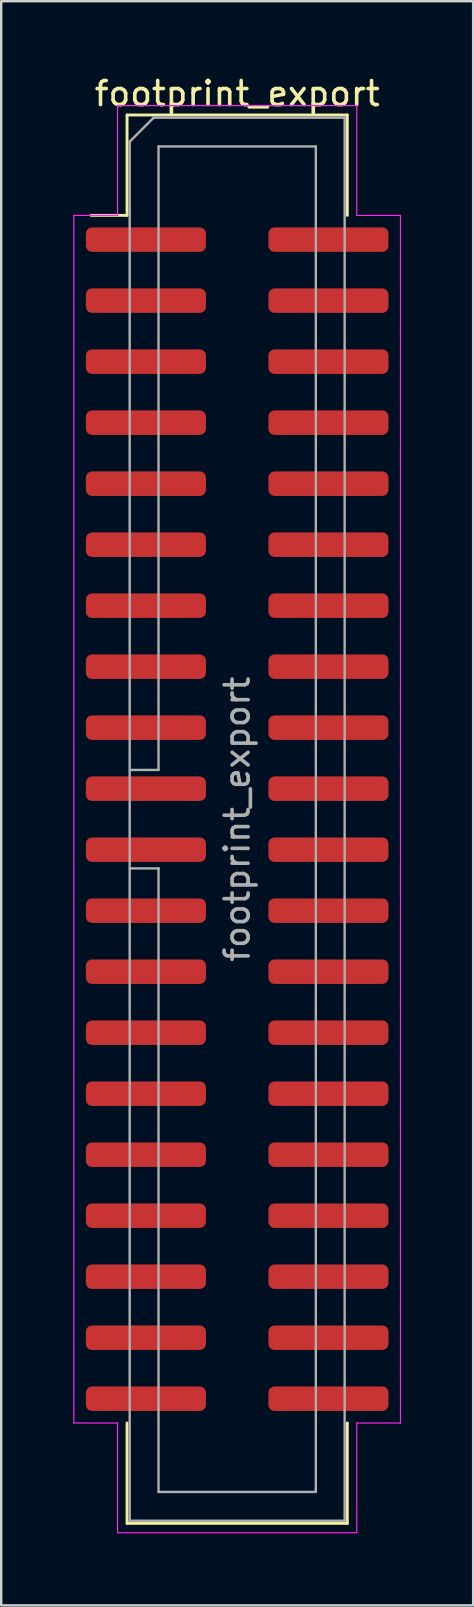
<source format=kicad_pcb>
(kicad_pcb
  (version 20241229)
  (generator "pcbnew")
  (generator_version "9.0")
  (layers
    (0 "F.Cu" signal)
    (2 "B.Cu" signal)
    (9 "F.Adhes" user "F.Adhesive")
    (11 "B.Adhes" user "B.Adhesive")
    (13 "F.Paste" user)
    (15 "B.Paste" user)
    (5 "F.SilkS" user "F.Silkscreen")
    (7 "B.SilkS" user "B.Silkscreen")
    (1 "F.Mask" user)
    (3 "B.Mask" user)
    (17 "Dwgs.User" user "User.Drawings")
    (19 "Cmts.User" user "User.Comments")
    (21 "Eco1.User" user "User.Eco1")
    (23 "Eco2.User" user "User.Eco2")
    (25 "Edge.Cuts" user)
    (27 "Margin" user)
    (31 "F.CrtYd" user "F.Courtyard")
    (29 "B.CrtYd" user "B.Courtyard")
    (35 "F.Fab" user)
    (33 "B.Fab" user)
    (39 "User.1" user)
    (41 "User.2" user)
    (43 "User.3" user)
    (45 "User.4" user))
  (footprint "footprint_export"
    (layer "F.Cu")
    (at 6.825 31.058)
    (property "Reference" "footprint_export" (at 0 -30.21 0) (layer "F.SilkS") (effects (font (size 1 1) (thickness 0.15))))
    (attr smd)
    (fp_line (start -4.585 -29.32) (end 4.585 -29.32) (stroke (width 0.12) (type solid)) (layer "F.SilkS"))
    (fp_line (start -4.585 -25.14) (end -6.085 -25.14) (stroke (width 0.12) (type solid)) (layer "F.SilkS"))
    (fp_line (start -4.585 -25.14) (end -4.585 -29.32) (stroke (width 0.12) (type solid)) (layer "F.SilkS"))
    (fp_line (start -4.585 25.14) (end -4.585 29.32) (stroke (width 0.12) (type solid)) (layer "F.SilkS"))
    (fp_line (start -4.585 29.32) (end 4.585 29.32) (stroke (width 0.12) (type solid)) (layer "F.SilkS"))
    (fp_line (start 4.585 -29.32) (end 4.585 -25.14) (stroke (width 0.12) (type solid)) (layer "F.SilkS"))
    (fp_line (start 4.585 29.32) (end 4.585 25.14) (stroke (width 0.12) (type solid)) (layer "F.SilkS"))
    (fp_line (start -6.8 -25.14) (end -6.8 25.14) (stroke (width 0.05) (type solid)) (layer "F.CrtYd"))
    (fp_line (start -6.8 25.14) (end -4.98 25.14) (stroke (width 0.05) (type solid)) (layer "F.CrtYd"))
    (fp_line (start -4.98 -29.71) (end -4.98 -25.14) (stroke (width 0.05) (type solid)) (layer "F.CrtYd"))
    (fp_line (start -4.98 -25.14) (end -6.8 -25.14) (stroke (width 0.05) (type solid)) (layer "F.CrtYd"))
    (fp_line (start -4.98 25.14) (end -4.98 29.71) (stroke (width 0.05) (type solid)) (layer "F.CrtYd"))
    (fp_line (start -4.98 29.71) (end 4.98 29.71) (stroke (width 0.05) (type solid)) (layer "F.CrtYd"))
    (fp_line (start 4.98 -29.71) (end -4.98 -29.71) (stroke (width 0.05) (type solid)) (layer "F.CrtYd"))
    (fp_line (start 4.98 -25.14) (end 4.98 -29.71) (stroke (width 0.05) (type solid)) (layer "F.CrtYd"))
    (fp_line (start 4.98 25.14) (end 6.8 25.14) (stroke (width 0.05) (type solid)) (layer "F.CrtYd"))
    (fp_line (start 4.98 29.71) (end 4.98 25.14) (stroke (width 0.05) (type solid)) (layer "F.CrtYd"))
    (fp_line (start 6.8 -25.14) (end 4.98 -25.14) (stroke (width 0.05) (type solid)) (layer "F.CrtYd"))
    (fp_line (start 6.8 25.14) (end 6.8 -25.14) (stroke (width 0.05) (type solid)) (layer "F.CrtYd"))
    (fp_line (start -4.475 -28.21) (end -3.475 -29.21) (stroke (width 0.1) (type solid)) (layer "F.Fab"))
    (fp_line (start -4.475 -2.05) (end -3.275 -2.05) (stroke (width 0.1) (type solid)) (layer "F.Fab"))
    (fp_line (start -4.475 29.21) (end -4.475 -28.21) (stroke (width 0.1) (type solid)) (layer "F.Fab"))
    (fp_line (start -3.475 -29.21) (end 4.475 -29.21) (stroke (width 0.1) (type solid)) (layer "F.Fab"))
    (fp_line (start -3.275 -28.01) (end 3.275 -28.01) (stroke (width 0.1) (type solid)) (layer "F.Fab"))
    (fp_line (start -3.275 -2.05) (end -3.275 -28.01) (stroke (width 0.1) (type solid)) (layer "F.Fab"))
    (fp_line (start -3.275 2.05) (end -4.475 2.05) (stroke (width 0.1) (type solid)) (layer "F.Fab"))
    (fp_line (start -3.275 2.05) (end -3.275 2.05) (stroke (width 0.1) (type solid)) (layer "F.Fab"))
    (fp_line (start -3.275 28.01) (end -3.275 2.05) (stroke (width 0.1) (type solid)) (layer "F.Fab"))
    (fp_line (start 3.275 -28.01) (end 3.275 28.01) (stroke (width 0.1) (type solid)) (layer "F.Fab"))
    (fp_line (start 3.275 28.01) (end -3.275 28.01) (stroke (width 0.1) (type solid)) (layer "F.Fab"))
    (fp_line (start 4.475 -29.21) (end 4.475 29.21) (stroke (width 0.1) (type solid)) (layer "F.Fab"))
    (fp_line (start 4.475 29.21) (end -4.475 29.21) (stroke (width 0.1) (type solid)) (layer "F.Fab"))
    (fp_text user "${REFERENCE}" (at 0 0 90) (layer "F.Fab") (effects (font (size 1 1) (thickness 0.15))))
    (pad "1" smd roundrect (at -3.8 -24.13) (size 5 1.02) (layers "F.Cu" "F.Mask" "F.Paste") (roundrect_rratio 0.25))
    (pad "2" smd roundrect (at 3.8 -24.13) (size 5 1.02) (layers "F.Cu" "F.Mask" "F.Paste") (roundrect_rratio 0.25))
    (pad "3" smd roundrect (at -3.8 -21.59) (size 5 1.02) (layers "F.Cu" "F.Mask" "F.Paste") (roundrect_rratio 0.25))
    (pad "4" smd roundrect (at 3.8 -21.59) (size 5 1.02) (layers "F.Cu" "F.Mask" "F.Paste") (roundrect_rratio 0.25))
    (pad "5" smd roundrect (at -3.8 -19.05) (size 5 1.02) (layers "F.Cu" "F.Mask" "F.Paste") (roundrect_rratio 0.25))
    (pad "6" smd roundrect (at 3.8 -19.05) (size 5 1.02) (layers "F.Cu" "F.Mask" "F.Paste") (roundrect_rratio 0.25))
    (pad "7" smd roundrect (at -3.8 -16.51) (size 5 1.02) (layers "F.Cu" "F.Mask" "F.Paste") (roundrect_rratio 0.25))
    (pad "8" smd roundrect (at 3.8 -16.51) (size 5 1.02) (layers "F.Cu" "F.Mask" "F.Paste") (roundrect_rratio 0.25))
    (pad "9" smd roundrect (at -3.8 -13.97) (size 5 1.02) (layers "F.Cu" "F.Mask" "F.Paste") (roundrect_rratio 0.25))
    (pad "10" smd roundrect (at 3.8 -13.97) (size 5 1.02) (layers "F.Cu" "F.Mask" "F.Paste") (roundrect_rratio 0.25))
    (pad "11" smd roundrect (at -3.8 -11.43) (size 5 1.02) (layers "F.Cu" "F.Mask" "F.Paste") (roundrect_rratio 0.25))
    (pad "12" smd roundrect (at 3.8 -11.43) (size 5 1.02) (layers "F.Cu" "F.Mask" "F.Paste") (roundrect_rratio 0.25))
    (pad "13" smd roundrect (at -3.8 -8.89) (size 5 1.02) (layers "F.Cu" "F.Mask" "F.Paste") (roundrect_rratio 0.25))
    (pad "14" smd roundrect (at 3.8 -8.89) (size 5 1.02) (layers "F.Cu" "F.Mask" "F.Paste") (roundrect_rratio 0.25))
    (pad "15" smd roundrect (at -3.8 -6.35) (size 5 1.02) (layers "F.Cu" "F.Mask" "F.Paste") (roundrect_rratio 0.25))
    (pad "16" smd roundrect (at 3.8 -6.35) (size 5 1.02) (layers "F.Cu" "F.Mask" "F.Paste") (roundrect_rratio 0.25))
    (pad "17" smd roundrect (at -3.8 -3.81) (size 5 1.02) (layers "F.Cu" "F.Mask" "F.Paste") (roundrect_rratio 0.25))
    (pad "18" smd roundrect (at 3.8 -3.81) (size 5 1.02) (layers "F.Cu" "F.Mask" "F.Paste") (roundrect_rratio 0.25))
    (pad "19" smd roundrect (at -3.8 -1.27) (size 5 1.02) (layers "F.Cu" "F.Mask" "F.Paste") (roundrect_rratio 0.25))
    (pad "20" smd roundrect (at 3.8 -1.27) (size 5 1.02) (layers "F.Cu" "F.Mask" "F.Paste") (roundrect_rratio 0.25))
    (pad "21" smd roundrect (at -3.8 1.27) (size 5 1.02) (layers "F.Cu" "F.Mask" "F.Paste") (roundrect_rratio 0.25))
    (pad "22" smd roundrect (at 3.8 1.27) (size 5 1.02) (layers "F.Cu" "F.Mask" "F.Paste") (roundrect_rratio 0.25))
    (pad "23" smd roundrect (at -3.8 3.81) (size 5 1.02) (layers "F.Cu" "F.Mask" "F.Paste") (roundrect_rratio 0.25))
    (pad "24" smd roundrect (at 3.8 3.81) (size 5 1.02) (layers "F.Cu" "F.Mask" "F.Paste") (roundrect_rratio 0.25))
    (pad "25" smd roundrect (at -3.8 6.35) (size 5 1.02) (layers "F.Cu" "F.Mask" "F.Paste") (roundrect_rratio 0.25))
    (pad "26" smd roundrect (at 3.8 6.35) (size 5 1.02) (layers "F.Cu" "F.Mask" "F.Paste") (roundrect_rratio 0.25))
    (pad "27" smd roundrect (at -3.8 8.89) (size 5 1.02) (layers "F.Cu" "F.Mask" "F.Paste") (roundrect_rratio 0.25))
    (pad "28" smd roundrect (at 3.8 8.89) (size 5 1.02) (layers "F.Cu" "F.Mask" "F.Paste") (roundrect_rratio 0.25))
    (pad "29" smd roundrect (at -3.8 11.43) (size 5 1.02) (layers "F.Cu" "F.Mask" "F.Paste") (roundrect_rratio 0.25))
    (pad "30" smd roundrect (at 3.8 11.43) (size 5 1.02) (layers "F.Cu" "F.Mask" "F.Paste") (roundrect_rratio 0.25))
    (pad "31" smd roundrect (at -3.8 13.97) (size 5 1.02) (layers "F.Cu" "F.Mask" "F.Paste") (roundrect_rratio 0.25))
    (pad "32" smd roundrect (at 3.8 13.97) (size 5 1.02) (layers "F.Cu" "F.Mask" "F.Paste") (roundrect_rratio 0.25))
    (pad "33" smd roundrect (at -3.8 16.51) (size 5 1.02) (layers "F.Cu" "F.Mask" "F.Paste") (roundrect_rratio 0.25))
    (pad "34" smd roundrect (at 3.8 16.51) (size 5 1.02) (layers "F.Cu" "F.Mask" "F.Paste") (roundrect_rratio 0.25))
    (pad "35" smd roundrect (at -3.8 19.05) (size 5 1.02) (layers "F.Cu" "F.Mask" "F.Paste") (roundrect_rratio 0.25))
    (pad "36" smd roundrect (at 3.8 19.05) (size 5 1.02) (layers "F.Cu" "F.Mask" "F.Paste") (roundrect_rratio 0.25))
    (pad "37" smd roundrect (at -3.8 21.59) (size 5 1.02) (layers "F.Cu" "F.Mask" "F.Paste") (roundrect_rratio 0.25))
    (pad "38" smd roundrect (at 3.8 21.59) (size 5 1.02) (layers "F.Cu" "F.Mask" "F.Paste") (roundrect_rratio 0.25))
    (pad "39" smd roundrect (at -3.8 24.13) (size 5 1.02) (layers "F.Cu" "F.Mask" "F.Paste") (roundrect_rratio 0.25))
    (pad "40" smd roundrect (at 3.8 24.13) (size 5 1.02) (layers "F.Cu" "F.Mask" "F.Paste") (roundrect_rratio 0.25)))
  (gr_rect
    (start -3 -3)
    (end 16.65 63.793)
    (stroke (width 0.1) (type default))
    (fill no)
    (layer "Edge.Cuts")))
</source>
